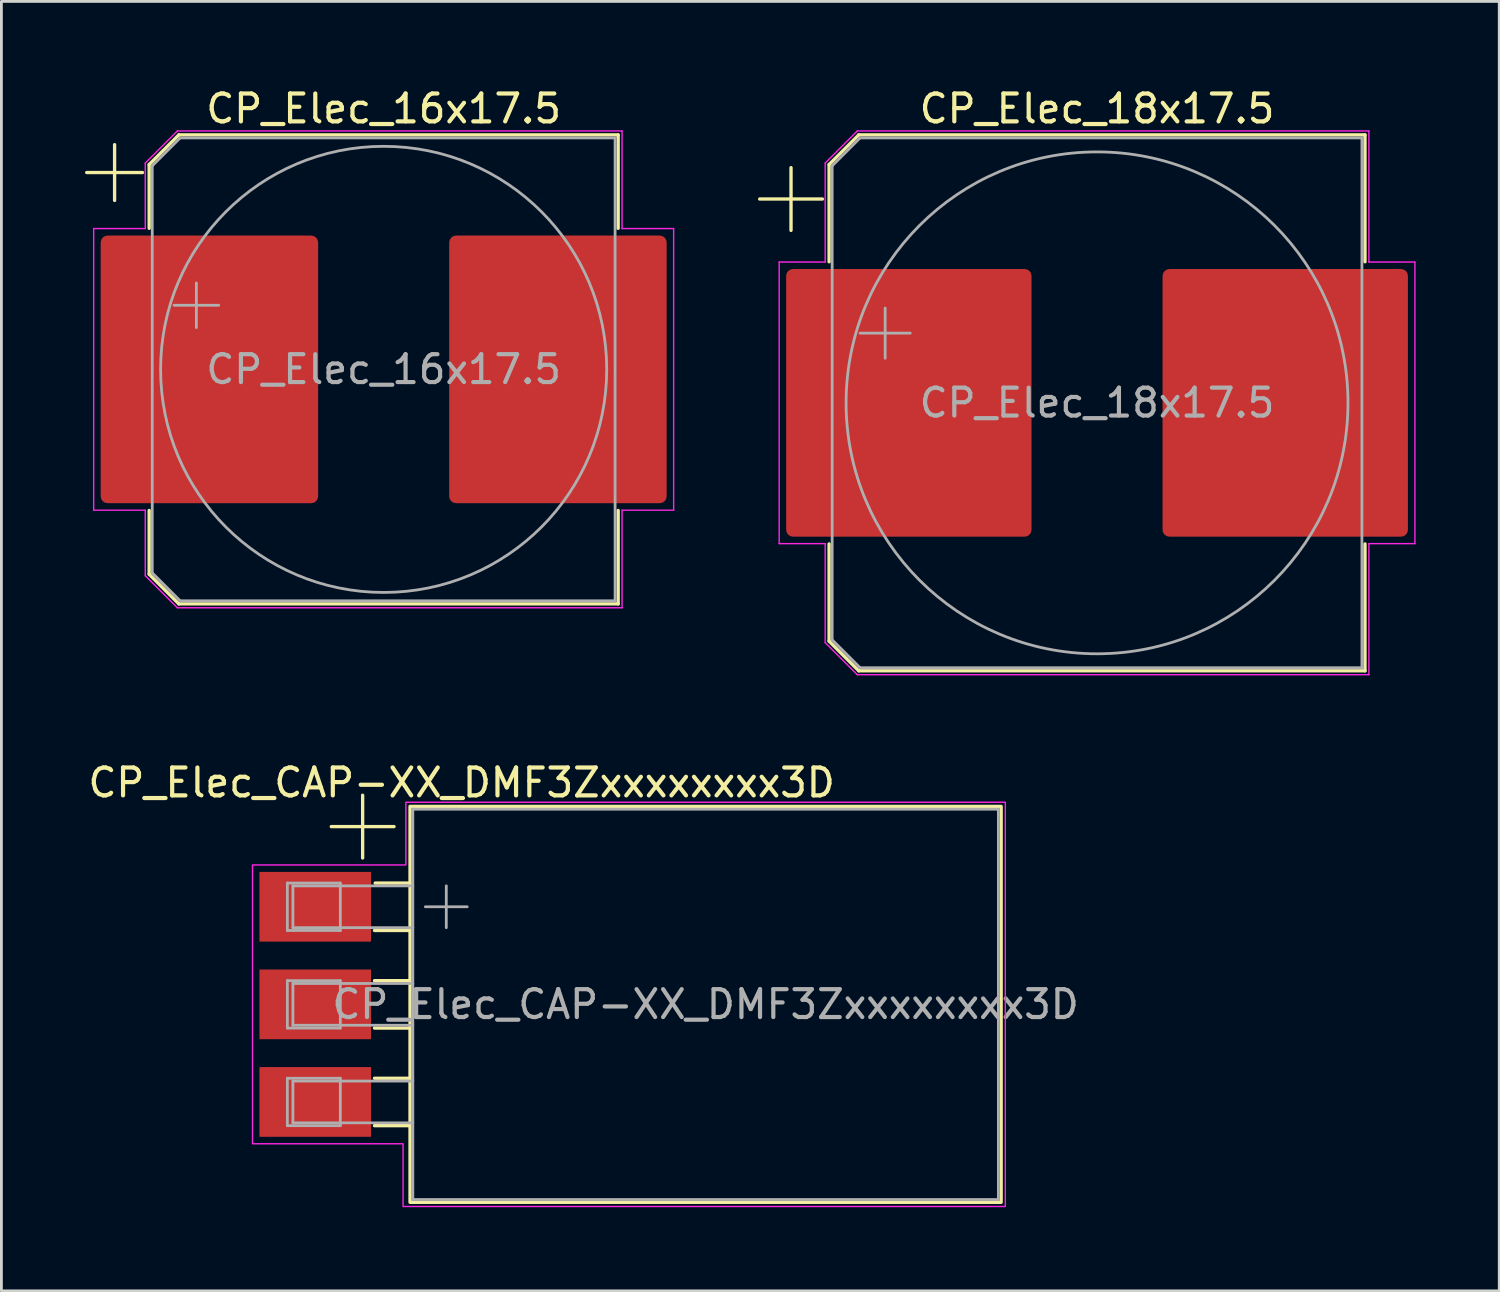
<source format=kicad_pcb>
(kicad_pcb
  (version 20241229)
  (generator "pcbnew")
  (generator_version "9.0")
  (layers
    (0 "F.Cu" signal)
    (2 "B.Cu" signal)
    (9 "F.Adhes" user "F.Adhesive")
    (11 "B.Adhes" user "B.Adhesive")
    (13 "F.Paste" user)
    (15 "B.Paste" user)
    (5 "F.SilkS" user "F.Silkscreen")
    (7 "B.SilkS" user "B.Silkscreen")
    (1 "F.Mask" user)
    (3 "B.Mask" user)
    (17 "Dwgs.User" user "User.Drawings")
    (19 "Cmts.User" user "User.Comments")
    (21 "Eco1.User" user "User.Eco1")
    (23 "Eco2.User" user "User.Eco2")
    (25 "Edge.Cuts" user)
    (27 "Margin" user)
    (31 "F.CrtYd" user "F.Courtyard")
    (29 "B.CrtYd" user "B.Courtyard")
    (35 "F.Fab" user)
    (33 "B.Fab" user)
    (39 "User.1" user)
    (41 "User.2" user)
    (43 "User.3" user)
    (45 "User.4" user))
  (footprint "CP_Elec_18x17.5"
    (layer "F.Cu")
    (at 36.295 11.398)
    (property "Reference" "CP_Elec_18x17.5" (at 0 -10.55 0) (layer "F.SilkS") (effects (font (size 1 1) (thickness 0.15))))
    (attr smd)
    (fp_line (start -12.1 -7.31) (end -9.85 -7.31) (stroke (width 0.12) (type solid)) (layer "F.SilkS"))
    (fp_line (start -10.975 -8.435) (end -10.975 -6.185) (stroke (width 0.12) (type solid)) (layer "F.SilkS"))
    (fp_line (start -9.61 -8.546) (end -9.61 -5.06) (stroke (width 0.12) (type solid)) (layer "F.SilkS"))
    (fp_line (start -9.61 -8.546) (end -8.546 -9.61) (stroke (width 0.12) (type solid)) (layer "F.SilkS"))
    (fp_line (start -9.61 8.546) (end -9.61 5.06) (stroke (width 0.12) (type solid)) (layer "F.SilkS"))
    (fp_line (start -9.61 8.546) (end -8.546 9.61) (stroke (width 0.12) (type solid)) (layer "F.SilkS"))
    (fp_line (start -8.546 -9.61) (end 9.61 -9.61) (stroke (width 0.12) (type solid)) (layer "F.SilkS"))
    (fp_line (start -8.546 9.61) (end 9.61 9.61) (stroke (width 0.12) (type solid)) (layer "F.SilkS"))
    (fp_line (start 9.61 -9.61) (end 9.61 -5.06) (stroke (width 0.12) (type solid)) (layer "F.SilkS"))
    (fp_line (start 9.61 9.61) (end 9.61 5.06) (stroke (width 0.12) (type solid)) (layer "F.SilkS"))
    (fp_line (start -11.4 -5.05) (end -11.4 5.05) (stroke (width 0.05) (type solid)) (layer "F.CrtYd"))
    (fp_line (start -11.4 5.05) (end -9.75 5.05) (stroke (width 0.05) (type solid)) (layer "F.CrtYd"))
    (fp_line (start -9.75 -8.6) (end -9.75 -5.05) (stroke (width 0.05) (type solid)) (layer "F.CrtYd"))
    (fp_line (start -9.75 -8.6) (end -8.6 -9.75) (stroke (width 0.05) (type solid)) (layer "F.CrtYd"))
    (fp_line (start -9.75 -5.05) (end -11.4 -5.05) (stroke (width 0.05) (type solid)) (layer "F.CrtYd"))
    (fp_line (start -9.75 5.05) (end -9.75 8.6) (stroke (width 0.05) (type solid)) (layer "F.CrtYd"))
    (fp_line (start -9.75 8.6) (end -8.6 9.75) (stroke (width 0.05) (type solid)) (layer "F.CrtYd"))
    (fp_line (start -8.6 -9.75) (end 9.75 -9.75) (stroke (width 0.05) (type solid)) (layer "F.CrtYd"))
    (fp_line (start -8.6 9.75) (end 9.75 9.75) (stroke (width 0.05) (type solid)) (layer "F.CrtYd"))
    (fp_line (start 9.75 -9.75) (end 9.75 -5.05) (stroke (width 0.05) (type solid)) (layer "F.CrtYd"))
    (fp_line (start 9.75 -5.05) (end 11.4 -5.05) (stroke (width 0.05) (type solid)) (layer "F.CrtYd"))
    (fp_line (start 9.75 5.05) (end 9.75 9.75) (stroke (width 0.05) (type solid)) (layer "F.CrtYd"))
    (fp_line (start 11.4 -5.05) (end 11.4 5.05) (stroke (width 0.05) (type solid)) (layer "F.CrtYd"))
    (fp_line (start 11.4 5.05) (end 9.75 5.05) (stroke (width 0.05) (type solid)) (layer "F.CrtYd"))
    (fp_line (start -9.5 -8.5) (end -9.5 8.5) (stroke (width 0.1) (type solid)) (layer "F.Fab"))
    (fp_line (start -9.5 -8.5) (end -8.5 -9.5) (stroke (width 0.1) (type solid)) (layer "F.Fab"))
    (fp_line (start -9.5 8.5) (end -8.5 9.5) (stroke (width 0.1) (type solid)) (layer "F.Fab"))
    (fp_line (start -8.5 -9.5) (end 9.5 -9.5) (stroke (width 0.1) (type solid)) (layer "F.Fab"))
    (fp_line (start -8.5 9.5) (end 9.5 9.5) (stroke (width 0.1) (type solid)) (layer "F.Fab"))
    (fp_line (start -8.499 -2.5) (end -6.699 -2.5) (stroke (width 0.1) (type solid)) (layer "F.Fab"))
    (fp_line (start -7.599 -3.4) (end -7.599 -1.6) (stroke (width 0.1) (type solid)) (layer "F.Fab"))
    (fp_line (start 9.5 -9.5) (end 9.5 9.5) (stroke (width 0.1) (type solid)) (layer "F.Fab"))
    (fp_circle (center 0 0) (end 9 0) (stroke (width 0.1) (type solid)) (fill no) (layer "F.Fab"))
    (fp_text user "${REFERENCE}" (at 0 0 0) (layer "F.Fab") (effects (font (size 1 1) (thickness 0.15))))
    (pad "1" smd roundrect (at -6.75 0) (size 8.8 9.6) (layers "F.Cu" "F.Mask" "F.Paste") (roundrect_rratio 0.028))
    (pad "2" smd roundrect (at 6.75 0) (size 8.8 9.6) (layers "F.Cu" "F.Mask" "F.Paste") (roundrect_rratio 0.028)))
  (footprint "CP_Elec_CAP-XX_DMF3Zxxxxxxxx3D"
    (layer "F.Cu")
    (at 22.256 32.971)
    (property "Reference" "CP_Elec_CAP-XX_DMF3Zxxxxxxxx3D" (at -8.75 -7.95 0) (layer "F.SilkS") (effects (font (size 1 1) (thickness 0.15))))
    (attr exclude_from_pos_files)
    (fp_line (start -13.425 -6.375) (end -11.175 -6.375) (stroke (width 0.12) (type solid)) (layer "F.SilkS"))
    (fp_line (start -12.3 -7.5) (end -12.3 -5.25) (stroke (width 0.12) (type solid)) (layer "F.SilkS"))
    (fp_line (start -11.875 -2.65) (end -10.625 -2.65) (stroke (width 0.12) (type solid)) (layer "F.SilkS"))
    (fp_line (start -11.875 -0.85) (end -10.625 -0.85) (stroke (width 0.12) (type solid)) (layer "F.SilkS"))
    (fp_line (start -11.875 0.85) (end -10.625 0.85) (stroke (width 0.12) (type solid)) (layer "F.SilkS"))
    (fp_line (start -11.875 2.65) (end -10.625 2.65) (stroke (width 0.12) (type solid)) (layer "F.SilkS"))
    (fp_line (start -11.875 4.35) (end -10.625 4.35) (stroke (width 0.12) (type solid)) (layer "F.SilkS"))
    (fp_line (start -11.85 -4.35) (end -10.6 -4.35) (stroke (width 0.12) (type solid)) (layer "F.SilkS"))
    (fp_rect (start -10.6 -7.1) (end 10.6 7.1) (stroke (width 0.12) (type solid)) (fill no) (layer "F.SilkS"))
    (fp_poly (pts (xy 10.75 7.25) (xy -10.85 7.25) (xy -10.85 5) (xy -16.25 5) (xy -16.25 -5) (xy -10.75 -5) (xy -10.75 -7.25) (xy 10.75 -7.25)) (stroke (width 0.05) (type solid)) (fill no) (layer "F.CrtYd"))
    (fp_line (start -15 -4.35) (end -15 -2.65) (stroke (width 0.1) (type solid)) (layer "F.Fab"))
    (fp_line (start -15 -2.65) (end -13.1 -2.65) (stroke (width 0.1) (type solid)) (layer "F.Fab"))
    (fp_line (start -15 -0.85) (end -15 0.85) (stroke (width 0.1) (type solid)) (layer "F.Fab"))
    (fp_line (start -15 0.85) (end -13.1 0.85) (stroke (width 0.1) (type solid)) (layer "F.Fab"))
    (fp_line (start -15 2.65) (end -15 4.35) (stroke (width 0.1) (type solid)) (layer "F.Fab"))
    (fp_line (start -15 4.35) (end -13.1 4.35) (stroke (width 0.1) (type solid)) (layer "F.Fab"))
    (fp_line (start -14.801 -4.249) (end -14.801 -2.751) (stroke (width 0.1) (type solid)) (layer "F.Fab"))
    (fp_line (start -14.801 -2.751) (end -10.5 -2.751) (stroke (width 0.1) (type solid)) (layer "F.Fab"))
    (fp_line (start -14.801 -0.749) (end -14.801 0.749) (stroke (width 0.1) (type solid)) (layer "F.Fab"))
    (fp_line (start -14.801 0.749) (end -10.5 0.749) (stroke (width 0.1) (type solid)) (layer "F.Fab"))
    (fp_line (start -14.801 2.751) (end -14.801 4.249) (stroke (width 0.1) (type solid)) (layer "F.Fab"))
    (fp_line (start -14.801 4.249) (end -10.5 4.249) (stroke (width 0.1) (type solid)) (layer "F.Fab"))
    (fp_line (start -13.1 -4.35) (end -15 -4.35) (stroke (width 0.1) (type solid)) (layer "F.Fab"))
    (fp_line (start -13.1 -2.65) (end -13.1 -4.35) (stroke (width 0.1) (type solid)) (layer "F.Fab"))
    (fp_line (start -13.1 -0.85) (end -15 -0.85) (stroke (width 0.1) (type solid)) (layer "F.Fab"))
    (fp_line (start -13.1 0.85) (end -13.1 -0.85) (stroke (width 0.1) (type solid)) (layer "F.Fab"))
    (fp_line (start -13.1 2.65) (end -15 2.65) (stroke (width 0.1) (type solid)) (layer "F.Fab"))
    (fp_line (start -13.1 4.35) (end -13.1 2.65) (stroke (width 0.1) (type solid)) (layer "F.Fab"))
    (fp_line (start -10.5 -4.249) (end -14.801 -4.249) (stroke (width 0.1) (type solid)) (layer "F.Fab"))
    (fp_line (start -10.5 -0.749) (end -14.801 -0.749) (stroke (width 0.1) (type solid)) (layer "F.Fab"))
    (fp_line (start -10.5 2.751) (end -14.801 2.751) (stroke (width 0.1) (type solid)) (layer "F.Fab"))
    (fp_line (start -10.5 -7) (end -10.5 7) (stroke (width 0.1) (type solid)) (layer "F.Fab"))
    (fp_line (start -10.5 7) (end 10.5 7) (stroke (width 0.1) (type solid)) (layer "F.Fab"))
    (fp_line (start -10.05 -3.5) (end -8.55 -3.5) (stroke (width 0.1) (type solid)) (layer "F.Fab"))
    (fp_line (start -9.3 -4.25) (end -9.3 -2.75) (stroke (width 0.1) (type solid)) (layer "F.Fab"))
    (fp_line (start 10.5 -7) (end -10.5 -7) (stroke (width 0.1) (type solid)) (layer "F.Fab"))
    (fp_line (start 10.5 7) (end 10.5 -7) (stroke (width 0.1) (type solid)) (layer "F.Fab"))
    (fp_text user "${REFERENCE}" (at 0 0 0) (unlocked yes) (layer "F.Fab") (effects (font (size 1 1) (thickness 0.15))))
    (pad "1" smd rect (at -14 -3.5 180) (size 4 2.5) (layers "F.Cu" "F.Mask"))
    (pad "2" smd rect (at -14 0 180) (size 4 2.5) (layers "F.Cu" "F.Mask"))
    (pad "3" smd rect (at -14 3.5 180) (size 4 2.5) (layers "F.Cu" "F.Mask")))
  (footprint "CP_Elec_16x17.5"
    (layer "F.Cu")
    (at 10.71 10.198)
    (property "Reference" "CP_Elec_16x17.5" (at 0 -9.35 0) (layer "F.SilkS") (effects (font (size 1 1) (thickness 0.15))))
    (attr smd)
    (fp_line (start -10.65 -7.06) (end -8.65 -7.06) (stroke (width 0.12) (type solid)) (layer "F.SilkS"))
    (fp_line (start -9.65 -8.06) (end -9.65 -6.06) (stroke (width 0.12) (type solid)) (layer "F.SilkS"))
    (fp_line (start -8.41 -7.346) (end -8.41 -5.06) (stroke (width 0.12) (type solid)) (layer "F.SilkS"))
    (fp_line (start -8.41 -7.346) (end -7.346 -8.41) (stroke (width 0.12) (type solid)) (layer "F.SilkS"))
    (fp_line (start -8.41 7.346) (end -8.41 5.06) (stroke (width 0.12) (type solid)) (layer "F.SilkS"))
    (fp_line (start -8.41 7.346) (end -7.346 8.41) (stroke (width 0.12) (type solid)) (layer "F.SilkS"))
    (fp_line (start -7.346 -8.41) (end 8.41 -8.41) (stroke (width 0.12) (type solid)) (layer "F.SilkS"))
    (fp_line (start -7.346 8.41) (end 8.41 8.41) (stroke (width 0.12) (type solid)) (layer "F.SilkS"))
    (fp_line (start 8.41 -8.41) (end 8.41 -5.06) (stroke (width 0.12) (type solid)) (layer "F.SilkS"))
    (fp_line (start 8.41 8.41) (end 8.41 5.06) (stroke (width 0.12) (type solid)) (layer "F.SilkS"))
    (fp_line (start -10.4 -5.05) (end -10.4 5.05) (stroke (width 0.05) (type solid)) (layer "F.CrtYd"))
    (fp_line (start -10.4 5.05) (end -8.55 5.05) (stroke (width 0.05) (type solid)) (layer "F.CrtYd"))
    (fp_line (start -8.55 -7.4) (end -8.55 -5.05) (stroke (width 0.05) (type solid)) (layer "F.CrtYd"))
    (fp_line (start -8.55 -7.4) (end -7.4 -8.55) (stroke (width 0.05) (type solid)) (layer "F.CrtYd"))
    (fp_line (start -8.55 -5.05) (end -10.4 -5.05) (stroke (width 0.05) (type solid)) (layer "F.CrtYd"))
    (fp_line (start -8.55 5.05) (end -8.55 7.4) (stroke (width 0.05) (type solid)) (layer "F.CrtYd"))
    (fp_line (start -8.55 7.4) (end -7.4 8.55) (stroke (width 0.05) (type solid)) (layer "F.CrtYd"))
    (fp_line (start -7.4 -8.55) (end 8.55 -8.55) (stroke (width 0.05) (type solid)) (layer "F.CrtYd"))
    (fp_line (start -7.4 8.55) (end 8.55 8.55) (stroke (width 0.05) (type solid)) (layer "F.CrtYd"))
    (fp_line (start 8.55 -8.55) (end 8.55 -5.05) (stroke (width 0.05) (type solid)) (layer "F.CrtYd"))
    (fp_line (start 8.55 -5.05) (end 10.4 -5.05) (stroke (width 0.05) (type solid)) (layer "F.CrtYd"))
    (fp_line (start 8.55 5.05) (end 8.55 8.55) (stroke (width 0.05) (type solid)) (layer "F.CrtYd"))
    (fp_line (start 10.4 -5.05) (end 10.4 5.05) (stroke (width 0.05) (type solid)) (layer "F.CrtYd"))
    (fp_line (start 10.4 5.05) (end 8.55 5.05) (stroke (width 0.05) (type solid)) (layer "F.CrtYd"))
    (fp_line (start -8.3 -7.3) (end -8.3 7.3) (stroke (width 0.1) (type solid)) (layer "F.Fab"))
    (fp_line (start -8.3 -7.3) (end -7.3 -8.3) (stroke (width 0.1) (type solid)) (layer "F.Fab"))
    (fp_line (start -8.3 7.3) (end -7.3 8.3) (stroke (width 0.1) (type solid)) (layer "F.Fab"))
    (fp_line (start -7.517 -2.3) (end -5.917 -2.3) (stroke (width 0.1) (type solid)) (layer "F.Fab"))
    (fp_line (start -7.3 -8.3) (end 8.3 -8.3) (stroke (width 0.1) (type solid)) (layer "F.Fab"))
    (fp_line (start -7.3 8.3) (end 8.3 8.3) (stroke (width 0.1) (type solid)) (layer "F.Fab"))
    (fp_line (start -6.717 -3.1) (end -6.717 -1.5) (stroke (width 0.1) (type solid)) (layer "F.Fab"))
    (fp_line (start 8.3 -8.3) (end 8.3 8.3) (stroke (width 0.1) (type solid)) (layer "F.Fab"))
    (fp_circle (center 0 0) (end 8 0) (stroke (width 0.1) (type solid)) (fill no) (layer "F.Fab"))
    (fp_text user "${REFERENCE}" (at 0 0 0) (layer "F.Fab") (effects (font (size 1 1) (thickness 0.15))))
    (pad "1" smd roundrect (at -6.25 0) (size 7.8 9.6) (layers "F.Cu" "F.Mask" "F.Paste") (roundrect_rratio 0.032))
    (pad "2" smd roundrect (at 6.25 0) (size 7.8 9.6) (layers "F.Cu" "F.Mask" "F.Paste") (roundrect_rratio 0.032)))
  (gr_rect
    (start -3 -3)
    (end 50.72 43.246)
    (stroke (width 0.1) (type default))
    (fill no)
    (layer "Edge.Cuts")))
</source>
